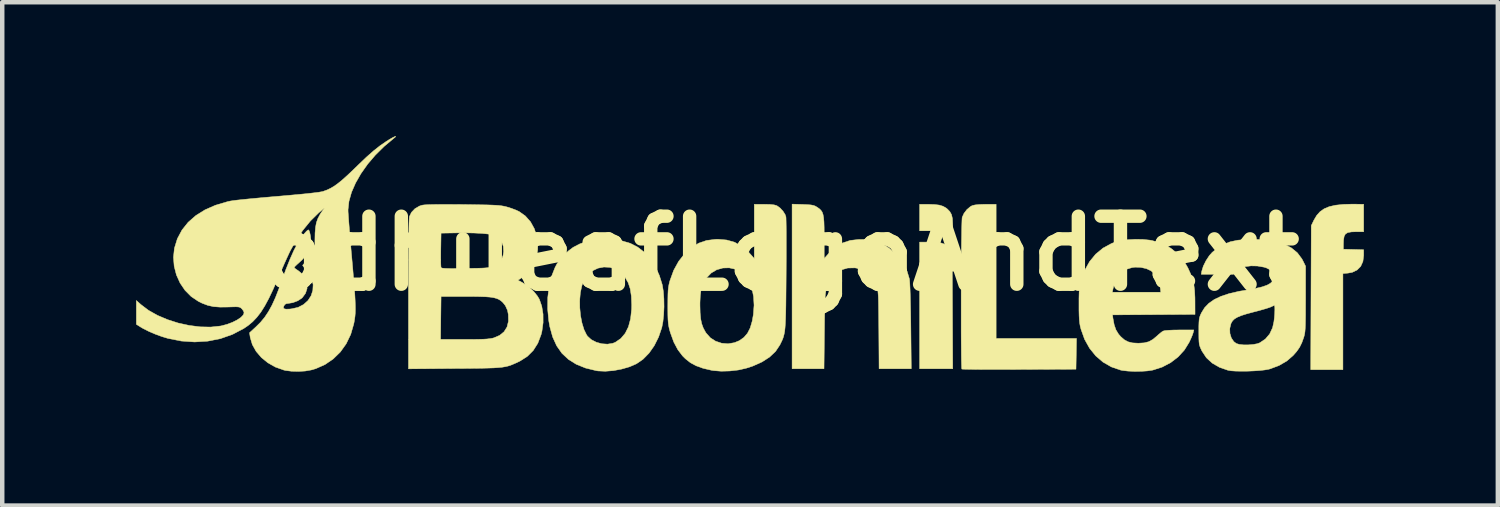
<source format=kicad_pcb>
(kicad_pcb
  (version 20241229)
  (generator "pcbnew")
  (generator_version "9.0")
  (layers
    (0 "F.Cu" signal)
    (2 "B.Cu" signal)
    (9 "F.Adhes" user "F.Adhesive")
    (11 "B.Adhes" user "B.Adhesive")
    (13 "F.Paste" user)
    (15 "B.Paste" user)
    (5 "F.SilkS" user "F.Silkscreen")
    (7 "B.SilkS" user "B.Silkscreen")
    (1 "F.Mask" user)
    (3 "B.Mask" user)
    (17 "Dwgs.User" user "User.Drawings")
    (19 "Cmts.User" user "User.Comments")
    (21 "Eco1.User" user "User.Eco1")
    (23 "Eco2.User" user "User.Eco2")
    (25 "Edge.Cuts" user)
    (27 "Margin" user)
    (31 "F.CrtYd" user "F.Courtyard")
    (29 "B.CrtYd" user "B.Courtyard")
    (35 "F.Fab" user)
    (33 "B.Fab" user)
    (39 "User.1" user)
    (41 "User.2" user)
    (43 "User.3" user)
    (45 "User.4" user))
  (footprint "bodhileafLogoAndText"
    (layer "F.Cu")
    (at 13.742 2.628)
    (property "Reference" "bodhileafLogoAndText" (at 0 0 0) (layer "F.SilkS") (effects (font (size 1.524 1.524) (thickness 0.3))))
    (attr through_hole)
    (fp_poly (pts (xy 4.185 -0.25) (xy 4.292 -0.235) (xy 4.374 -0.206) (xy 4.438 -0.162) (xy 4.491 -0.101) (xy 4.54 -0.032) (xy 4.546 1.275) (xy 4.552 2.582) (xy 3.81 2.582) (xy 3.81 -0.254) (xy 4.044 -0.254) (xy 4.185 -0.25)) (stroke (width 0.01) (type solid)) (fill yes) (layer "F.SilkS"))
    (fp_poly (pts (xy 4.006 -1.101) (xy 4.146 -1.096) (xy 4.253 -1.083) (xy 4.335 -1.057) (xy 4.403 -1.018) (xy 4.424 -1.002) (xy 4.486 -0.939) (xy 4.525 -0.869) (xy 4.545 -0.781) (xy 4.551 -0.668) (xy 4.551 -0.508) (xy 3.81 -0.508) (xy 3.81 -1.101) (xy 4.006 -1.101)) (stroke (width 0.01) (type solid)) (fill yes) (layer "F.SilkS"))
    (fp_poly (pts (xy 13.594 -1.104) (xy 13.758 -1.101) (xy 13.758 -0.487) (xy 13.601 -0.487) (xy 13.484 -0.483) (xy 13.402 -0.468) (xy 13.349 -0.436) (xy 13.32 -0.381) (xy 13.307 -0.297) (xy 13.304 -0.212) (xy 13.303 -0.095) (xy 13.531 -0.089) (xy 13.758 -0.083) (xy 13.758 0.045) (xy 13.741 0.18) (xy 13.691 0.29) (xy 13.61 0.371) (xy 13.502 0.423) (xy 13.408 0.44) (xy 13.293 0.45) (xy 13.293 2.603) (xy 12.572 2.603) (xy 12.578 0.99) (xy 12.584 -0.624) (xy 12.643 -0.746) (xy 12.705 -0.851) (xy 12.781 -0.936) (xy 12.873 -1.001) (xy 12.988 -1.049) (xy 13.129 -1.081) (xy 13.3 -1.099) (xy 13.506 -1.105) (xy 13.594 -1.104)) (stroke (width 0.01) (type solid)) (fill yes) (layer "F.SilkS"))
    (fp_poly (pts (xy 5.524 1.905) (xy 7.325 1.905) (xy 7.319 2.249) (xy 7.313 2.593) (xy 6.041 2.598) (xy 5.813 2.599) (xy 5.598 2.599) (xy 5.399 2.599) (xy 5.22 2.599) (xy 5.064 2.597) (xy 4.937 2.596) (xy 4.84 2.594) (xy 4.779 2.592) (xy 4.756 2.59) (xy 4.752 2.566) (xy 4.75 2.503) (xy 4.747 2.406) (xy 4.745 2.279) (xy 4.744 2.125) (xy 4.742 1.947) (xy 4.741 1.751) (xy 4.741 1.54) (xy 4.741 1.318) (xy 4.741 1.089) (xy 4.741 0.856) (xy 4.742 0.623) (xy 4.743 0.396) (xy 4.745 0.176) (xy 4.746 -0.031) (xy 4.748 -0.222) (xy 4.751 -0.393) (xy 4.753 -0.54) (xy 4.756 -0.659) (xy 4.759 -0.747) (xy 4.762 -0.799) (xy 4.764 -0.81) (xy 4.804 -0.898) (xy 4.869 -0.983) (xy 4.947 -1.049) (xy 4.989 -1.072) (xy 5.051 -1.087) (xy 5.15 -1.097) (xy 5.278 -1.101) (xy 5.291 -1.101) (xy 5.524 -1.101) (xy 5.524 1.905)) (stroke (width 0.01) (type solid)) (fill yes) (layer "F.SilkS"))
    (fp_poly (pts (xy 1.192 -1.098) (xy 1.299 -1.093) (xy 1.375 -1.087) (xy 1.428 -1.077) (xy 1.47 -1.062) (xy 1.511 -1.038) (xy 1.517 -1.034) (xy 1.564 -1.001) (xy 1.6 -0.966) (xy 1.627 -0.926) (xy 1.646 -0.873) (xy 1.659 -0.802) (xy 1.667 -0.708) (xy 1.671 -0.584) (xy 1.672 -0.426) (xy 1.672 -0.358) (xy 1.672 0.113) (xy 1.787 -0.014) (xy 1.927 -0.143) (xy 2.083 -0.235) (xy 2.256 -0.292) (xy 2.452 -0.314) (xy 2.569 -0.312) (xy 2.749 -0.291) (xy 2.904 -0.246) (xy 3.048 -0.172) (xy 3.139 -0.109) (xy 3.305 0.04) (xy 3.434 0.208) (xy 3.529 0.398) (xy 3.581 0.571) (xy 3.586 0.614) (xy 3.591 0.694) (xy 3.596 0.809) (xy 3.601 0.953) (xy 3.605 1.123) (xy 3.609 1.314) (xy 3.612 1.523) (xy 3.613 1.625) (xy 3.623 2.582) (xy 2.902 2.582) (xy 2.896 1.709) (xy 2.894 1.494) (xy 2.892 1.316) (xy 2.89 1.172) (xy 2.888 1.057) (xy 2.885 0.968) (xy 2.88 0.898) (xy 2.875 0.846) (xy 2.869 0.805) (xy 2.86 0.772) (xy 2.85 0.741) (xy 2.841 0.718) (xy 2.762 0.569) (xy 2.66 0.453) (xy 2.537 0.372) (xy 2.394 0.328) (xy 2.359 0.323) (xy 2.2 0.326) (xy 2.058 0.367) (xy 1.935 0.444) (xy 1.833 0.557) (xy 1.754 0.704) (xy 1.732 0.762) (xy 1.721 0.799) (xy 1.711 0.836) (xy 1.704 0.878) (xy 1.697 0.929) (xy 1.692 0.995) (xy 1.688 1.079) (xy 1.685 1.186) (xy 1.683 1.32) (xy 1.68 1.487) (xy 1.678 1.691) (xy 1.677 1.741) (xy 1.668 2.582) (xy 0.953 2.582) (xy 0.953 -1.105) (xy 1.192 -1.098)) (stroke (width 0.01) (type solid)) (fill yes) (layer "F.SilkS"))
    (fp_poly (pts (xy -3.063 -0.309) (xy -2.854 -0.281) (xy -2.67 -0.226) (xy -2.506 -0.142) (xy -2.357 -0.027) (xy -2.314 0.014) (xy -2.204 0.147) (xy -2.104 0.31) (xy -2.021 0.492) (xy -1.961 0.683) (xy -1.954 0.709) (xy -1.931 0.85) (xy -1.919 1.016) (xy -1.916 1.195) (xy -1.924 1.372) (xy -1.941 1.534) (xy -1.966 1.662) (xy -2.038 1.873) (xy -2.134 2.065) (xy -2.251 2.232) (xy -2.386 2.37) (xy -2.533 2.471) (xy -2.534 2.472) (xy -2.688 2.539) (xy -2.865 2.59) (xy -3.05 2.625) (xy -3.231 2.639) (xy -3.394 2.632) (xy -3.433 2.626) (xy -3.674 2.567) (xy -3.882 2.483) (xy -4.058 2.373) (xy -4.204 2.236) (xy -4.321 2.069) (xy -4.411 1.871) (xy -4.475 1.64) (xy -4.498 1.509) (xy -4.523 1.248) (xy -4.521 1.043) (xy -3.805 1.043) (xy -3.803 1.219) (xy -3.786 1.394) (xy -3.754 1.559) (xy -3.709 1.705) (xy -3.652 1.822) (xy -3.631 1.853) (xy -3.547 1.93) (xy -3.437 1.988) (xy -3.312 2.023) (xy -3.183 2.032) (xy -3.064 2.013) (xy -3.009 1.991) (xy -2.884 1.906) (xy -2.786 1.79) (xy -2.713 1.643) (xy -2.665 1.463) (xy -2.642 1.25) (xy -2.64 1.154) (xy -2.648 0.957) (xy -2.673 0.793) (xy -2.719 0.655) (xy -2.787 0.537) (xy -2.881 0.433) (xy -2.895 0.42) (xy -3.002 0.35) (xy -3.129 0.311) (xy -3.263 0.304) (xy -3.396 0.33) (xy -3.517 0.388) (xy -3.607 0.468) (xy -3.687 0.574) (xy -3.746 0.692) (xy -3.757 0.726) (xy -3.79 0.875) (xy -3.805 1.043) (xy -4.521 1.043) (xy -4.521 0.991) (xy -4.491 0.745) (xy -4.437 0.516) (xy -4.357 0.313) (xy -4.313 0.23) (xy -4.245 0.136) (xy -4.155 0.035) (xy -4.056 -0.058) (xy -3.961 -0.13) (xy -3.942 -0.142) (xy -3.808 -0.212) (xy -3.675 -0.261) (xy -3.532 -0.292) (xy -3.364 -0.309) (xy -3.302 -0.312) (xy -3.063 -0.309)) (stroke (width 0.01) (type solid)) (fill yes) (layer "F.SilkS"))
    (fp_poly (pts (xy 8.812 -0.314) (xy 8.969 -0.298) (xy 9.026 -0.287) (xy 9.244 -0.219) (xy 9.436 -0.118) (xy 9.6 0.014) (xy 9.736 0.177) (xy 9.819 0.321) (xy 9.88 0.455) (xy 9.924 0.576) (xy 9.953 0.697) (xy 9.97 0.829) (xy 9.978 0.986) (xy 9.979 1.069) (xy 9.98 1.365) (xy 8.131 1.376) (xy 8.142 1.455) (xy 8.169 1.599) (xy 8.208 1.711) (xy 8.265 1.805) (xy 8.314 1.862) (xy 8.396 1.934) (xy 8.48 1.979) (xy 8.581 2.004) (xy 8.709 2.011) (xy 8.71 2.011) (xy 8.84 2.003) (xy 8.944 1.977) (xy 9.035 1.926) (xy 9.11 1.864) (xy 9.172 1.809) (xy 9.228 1.763) (xy 9.264 1.739) (xy 9.306 1.728) (xy 9.385 1.721) (xy 9.497 1.716) (xy 9.632 1.714) (xy 9.953 1.714) (xy 9.939 1.773) (xy 9.924 1.819) (xy 9.895 1.89) (xy 9.858 1.971) (xy 9.849 1.99) (xy 9.742 2.163) (xy 9.602 2.317) (xy 9.435 2.445) (xy 9.245 2.545) (xy 9.04 2.611) (xy 9.024 2.615) (xy 8.907 2.632) (xy 8.767 2.641) (xy 8.618 2.642) (xy 8.475 2.635) (xy 8.353 2.621) (xy 8.31 2.612) (xy 8.104 2.541) (xy 7.918 2.434) (xy 7.755 2.294) (xy 7.617 2.123) (xy 7.506 1.924) (xy 7.426 1.7) (xy 7.408 1.631) (xy 7.396 1.563) (xy 7.388 1.487) (xy 7.383 1.394) (xy 7.38 1.275) (xy 7.38 1.154) (xy 7.38 1.008) (xy 7.383 0.895) (xy 7.384 0.868) (xy 8.127 0.868) (xy 9.213 0.868) (xy 9.201 0.761) (xy 9.174 0.651) (xy 9.125 0.542) (xy 9.061 0.449) (xy 8.995 0.389) (xy 8.891 0.34) (xy 8.766 0.312) (xy 8.639 0.307) (xy 8.57 0.316) (xy 8.438 0.356) (xy 8.335 0.417) (xy 8.255 0.503) (xy 8.194 0.619) (xy 8.148 0.77) (xy 8.139 0.81) (xy 8.127 0.868) (xy 7.384 0.868) (xy 7.388 0.807) (xy 7.397 0.735) (xy 7.409 0.669) (xy 7.424 0.611) (xy 7.506 0.382) (xy 7.617 0.183) (xy 7.755 0.015) (xy 7.92 -0.121) (xy 8.11 -0.224) (xy 8.176 -0.249) (xy 8.308 -0.284) (xy 8.468 -0.307) (xy 8.64 -0.317) (xy 8.812 -0.314)) (stroke (width 0.01) (type solid)) (fill yes) (layer "F.SilkS"))
    (fp_poly (pts (xy 0.459 -1.098) (xy 0.552 -1.088) (xy 0.609 -1.071) (xy 0.612 -1.07) (xy 0.683 -1.019) (xy 0.749 -0.948) (xy 0.797 -0.872) (xy 0.815 -0.821) (xy 0.817 -0.787) (xy 0.819 -0.715) (xy 0.821 -0.609) (xy 0.822 -0.473) (xy 0.822 -0.31) (xy 0.822 -0.125) (xy 0.822 0.078) (xy 0.821 0.295) (xy 0.82 0.466) (xy 0.818 0.735) (xy 0.816 0.965) (xy 0.814 1.16) (xy 0.811 1.325) (xy 0.807 1.461) (xy 0.802 1.574) (xy 0.795 1.667) (xy 0.787 1.743) (xy 0.775 1.806) (xy 0.761 1.861) (xy 0.745 1.91) (xy 0.724 1.958) (xy 0.7 2.007) (xy 0.678 2.052) (xy 0.583 2.194) (xy 0.45 2.32) (xy 0.28 2.43) (xy 0.075 2.522) (xy -0.078 2.572) (xy -0.253 2.611) (xy -0.444 2.633) (xy -0.635 2.638) (xy -0.809 2.624) (xy -0.857 2.616) (xy -1.043 2.572) (xy -1.196 2.517) (xy -1.324 2.448) (xy -1.436 2.36) (xy -1.502 2.294) (xy -1.608 2.154) (xy -1.697 1.986) (xy -1.771 1.782) (xy -1.782 1.746) (xy -1.8 1.681) (xy -1.812 1.62) (xy -1.821 1.555) (xy -1.827 1.477) (xy -1.83 1.377) (xy -1.831 1.247) (xy -1.831 1.175) (xy -1.831 1.164) (xy -1.111 1.164) (xy -1.107 1.33) (xy -1.095 1.464) (xy -1.072 1.574) (xy -1.037 1.67) (xy -0.987 1.762) (xy -0.973 1.783) (xy -0.878 1.89) (xy -0.76 1.966) (xy -0.625 2.011) (xy -0.482 2.023) (xy -0.339 1.999) (xy -0.229 1.954) (xy -0.127 1.882) (xy -0.046 1.788) (xy 0.015 1.668) (xy 0.06 1.515) (xy 0.086 1.365) (xy 0.101 1.16) (xy 0.09 0.967) (xy 0.055 0.792) (xy -0.002 0.64) (xy -0.081 0.515) (xy -0.177 0.425) (xy -0.313 0.355) (xy -0.456 0.322) (xy -0.599 0.326) (xy -0.736 0.365) (xy -0.859 0.438) (xy -0.961 0.545) (xy -0.963 0.546) (xy -1.02 0.635) (xy -1.061 0.726) (xy -1.089 0.828) (xy -1.104 0.95) (xy -1.111 1.101) (xy -1.111 1.164) (xy -1.831 1.164) (xy -1.83 1.028) (xy -1.828 0.914) (xy -1.824 0.827) (xy -1.816 0.756) (xy -1.805 0.694) (xy -1.79 0.632) (xy -1.783 0.608) (xy -1.699 0.377) (xy -1.588 0.176) (xy -1.451 0.004) (xy -1.299 -0.133) (xy -1.138 -0.231) (xy -0.963 -0.291) (xy -0.767 -0.316) (xy -0.709 -0.318) (xy -0.511 -0.301) (xy -0.335 -0.251) (xy -0.178 -0.165) (xy -0.033 -0.04) (xy 0.001 -0.004) (xy 0.106 0.114) (xy 0.106 -1.101) (xy 0.329 -1.101) (xy 0.459 -1.098)) (stroke (width 0.01) (type solid)) (fill yes) (layer "F.SilkS"))
    (fp_poly (pts (xy 11.542 -0.306) (xy 11.774 -0.27) (xy 11.973 -0.21) (xy 12.138 -0.125) (xy 12.272 -0.015) (xy 12.373 0.12) (xy 12.398 0.166) (xy 12.457 0.286) (xy 12.457 1.016) (xy 12.456 1.215) (xy 12.456 1.377) (xy 12.454 1.507) (xy 12.452 1.609) (xy 12.448 1.688) (xy 12.443 1.75) (xy 12.436 1.799) (xy 12.427 1.84) (xy 12.418 1.873) (xy 12.373 1.999) (xy 12.323 2.101) (xy 12.256 2.197) (xy 12.18 2.284) (xy 12.038 2.408) (xy 11.865 2.509) (xy 11.667 2.584) (xy 11.631 2.594) (xy 11.547 2.609) (xy 11.434 2.622) (xy 11.302 2.631) (xy 11.161 2.637) (xy 11.022 2.638) (xy 10.895 2.636) (xy 10.789 2.629) (xy 10.718 2.617) (xy 10.526 2.55) (xy 10.364 2.456) (xy 10.234 2.336) (xy 10.138 2.191) (xy 10.134 2.185) (xy 10.107 2.127) (xy 10.088 2.08) (xy 10.075 2.033) (xy 10.069 1.976) (xy 10.066 1.9) (xy 10.065 1.796) (xy 10.065 1.747) (xy 10.065 1.682) (xy 10.758 1.682) (xy 10.762 1.792) (xy 10.793 1.893) (xy 10.849 1.975) (xy 10.906 2.018) (xy 10.973 2.038) (xy 11.067 2.048) (xy 11.175 2.048) (xy 11.282 2.039) (xy 11.376 2.022) (xy 11.43 2.002) (xy 11.557 1.916) (xy 11.652 1.804) (xy 11.717 1.665) (xy 11.747 1.53) (xy 11.758 1.44) (xy 11.765 1.349) (xy 11.768 1.267) (xy 11.767 1.204) (xy 11.761 1.168) (xy 11.757 1.164) (xy 11.732 1.173) (xy 11.687 1.194) (xy 11.684 1.196) (xy 11.642 1.212) (xy 11.568 1.236) (xy 11.47 1.264) (xy 11.358 1.295) (xy 11.295 1.311) (xy 11.138 1.353) (xy 11.018 1.391) (xy 10.929 1.428) (xy 10.864 1.467) (xy 10.82 1.51) (xy 10.79 1.561) (xy 10.785 1.572) (xy 10.758 1.682) (xy 10.065 1.682) (xy 10.065 1.627) (xy 10.068 1.541) (xy 10.073 1.477) (xy 10.083 1.428) (xy 10.099 1.384) (xy 10.122 1.334) (xy 10.124 1.33) (xy 10.195 1.215) (xy 10.29 1.116) (xy 10.411 1.032) (xy 10.562 0.96) (xy 10.746 0.899) (xy 10.967 0.848) (xy 11.141 0.818) (xy 11.327 0.785) (xy 11.474 0.751) (xy 11.585 0.714) (xy 11.665 0.671) (xy 11.716 0.622) (xy 11.742 0.564) (xy 11.748 0.515) (xy 11.728 0.434) (xy 11.671 0.37) (xy 11.575 0.322) (xy 11.526 0.307) (xy 11.378 0.281) (xy 11.234 0.278) (xy 11.102 0.295) (xy 10.991 0.332) (xy 10.908 0.387) (xy 10.893 0.403) (xy 10.84 0.466) (xy 10.119 0.466) (xy 10.131 0.397) (xy 10.166 0.283) (xy 10.226 0.162) (xy 10.3 0.049) (xy 10.366 -0.025) (xy 10.492 -0.128) (xy 10.624 -0.206) (xy 10.771 -0.262) (xy 10.939 -0.297) (xy 11.135 -0.315) (xy 11.276 -0.318) (xy 11.542 -0.306)) (stroke (width 0.01) (type solid)) (fill yes) (layer "F.SilkS"))
    (fp_poly (pts (xy -6.514 -1.097) (xy -6.413 -1.096) (xy -6.203 -1.093) (xy -6.03 -1.09) (xy -5.89 -1.088) (xy -5.778 -1.084) (xy -5.689 -1.08) (xy -5.618 -1.075) (xy -5.561 -1.068) (xy -5.512 -1.06) (xy -5.467 -1.05) (xy -5.433 -1.041) (xy -5.337 -1.011) (xy -5.241 -0.975) (xy -5.165 -0.94) (xy -5.162 -0.939) (xy -5.022 -0.839) (xy -4.907 -0.709) (xy -4.821 -0.553) (xy -4.766 -0.378) (xy -4.744 -0.187) (xy -4.747 -0.078) (xy -4.778 0.112) (xy -4.842 0.274) (xy -4.939 0.411) (xy -5.068 0.521) (xy -5.081 0.53) (xy -5.188 0.599) (xy -5.076 0.66) (xy -4.955 0.741) (xy -4.842 0.843) (xy -4.752 0.955) (xy -4.709 1.027) (xy -4.655 1.182) (xy -4.626 1.36) (xy -4.625 1.55) (xy -4.651 1.742) (xy -4.67 1.819) (xy -4.743 2.011) (xy -4.846 2.174) (xy -4.98 2.307) (xy -5.145 2.412) (xy -5.17 2.424) (xy -5.238 2.456) (xy -5.298 2.482) (xy -5.354 2.505) (xy -5.412 2.523) (xy -5.474 2.537) (xy -5.546 2.549) (xy -5.632 2.557) (xy -5.735 2.564) (xy -5.86 2.568) (xy -6.012 2.572) (xy -6.194 2.574) (xy -6.411 2.576) (xy -6.609 2.577) (xy -7.641 2.585) (xy -7.641 1.926) (xy -6.922 1.926) (xy -6.389 1.926) (xy -6.213 1.926) (xy -6.073 1.924) (xy -5.964 1.921) (xy -5.88 1.916) (xy -5.813 1.908) (xy -5.76 1.899) (xy -5.729 1.891) (xy -5.598 1.835) (xy -5.499 1.753) (xy -5.433 1.647) (xy -5.401 1.518) (xy -5.404 1.369) (xy -5.422 1.276) (xy -5.47 1.169) (xy -5.525 1.1) (xy -5.567 1.062) (xy -5.611 1.032) (xy -5.664 1.009) (xy -5.729 0.991) (xy -5.813 0.978) (xy -5.92 0.97) (xy -6.056 0.966) (xy -6.225 0.963) (xy -6.371 0.963) (xy -6.911 0.963) (xy -6.917 1.445) (xy -6.922 1.926) (xy -7.641 1.926) (xy -7.641 0.917) (xy -7.641 0.593) (xy -7.64 0.299) (xy -7.639 0.037) (xy -6.918 0.037) (xy -6.918 0.146) (xy -6.917 0.233) (xy -6.914 0.292) (xy -6.911 0.314) (xy -6.901 0.323) (xy -6.876 0.33) (xy -6.831 0.334) (xy -6.762 0.337) (xy -6.665 0.338) (xy -6.534 0.337) (xy -6.366 0.335) (xy -6.202 0.333) (xy -6.074 0.331) (xy -5.977 0.328) (xy -5.904 0.323) (xy -5.85 0.317) (xy -5.808 0.309) (xy -5.773 0.298) (xy -5.739 0.283) (xy -5.715 0.271) (xy -5.619 0.211) (xy -5.557 0.139) (xy -5.522 0.044) (xy -5.51 -0.039) (xy -5.517 -0.159) (xy -5.554 -0.266) (xy -5.618 -0.351) (xy -5.667 -0.388) (xy -5.737 -0.413) (xy -5.845 -0.434) (xy -5.99 -0.449) (xy -6.169 -0.458) (xy -6.377 -0.462) (xy -6.54 -0.461) (xy -6.911 -0.455) (xy -6.917 -0.085) (xy -6.918 0.037) (xy -7.639 0.037) (xy -7.639 0.035) (xy -7.637 -0.198) (xy -7.634 -0.396) (xy -7.632 -0.56) (xy -7.629 -0.686) (xy -7.625 -0.774) (xy -7.621 -0.821) (xy -7.62 -0.827) (xy -7.574 -0.921) (xy -7.496 -1.003) (xy -7.397 -1.061) (xy -7.337 -1.081) (xy -7.286 -1.088) (xy -7.203 -1.093) (xy -7.086 -1.096) (xy -6.934 -1.098) (xy -6.744 -1.098) (xy -6.514 -1.097)) (stroke (width 0.01) (type solid)) (fill yes) (layer "F.SilkS"))
    (fp_poly (pts (xy -7.934 -2.61) (xy -7.972 -2.578) (xy -8.187 -2.398) (xy -8.383 -2.204) (xy -8.557 -2) (xy -8.705 -1.79) (xy -8.826 -1.579) (xy -8.917 -1.371) (xy -8.974 -1.17) (xy -8.995 -0.982) (xy -8.995 -0.974) (xy -8.994 -0.928) (xy -8.988 -0.846) (xy -8.98 -0.731) (xy -8.969 -0.589) (xy -8.956 -0.424) (xy -8.94 -0.242) (xy -8.924 -0.047) (xy -8.911 0.095) (xy -8.888 0.354) (xy -8.87 0.575) (xy -8.855 0.762) (xy -8.843 0.919) (xy -8.836 1.051) (xy -8.832 1.162) (xy -8.831 1.255) (xy -8.833 1.335) (xy -8.839 1.407) (xy -8.848 1.473) (xy -8.859 1.54) (xy -8.868 1.583) (xy -8.935 1.814) (xy -9.036 2.023) (xy -9.167 2.207) (xy -9.327 2.363) (xy -9.511 2.489) (xy -9.718 2.581) (xy -9.823 2.611) (xy -9.954 2.634) (xy -10.105 2.643) (xy -10.257 2.639) (xy -10.393 2.622) (xy -10.435 2.612) (xy -10.623 2.545) (xy -10.791 2.45) (xy -10.937 2.331) (xy -11.054 2.194) (xy -11.139 2.042) (xy -11.187 1.88) (xy -11.188 1.869) (xy -11.202 1.777) (xy -11.061 1.647) (xy -10.956 1.543) (xy -10.863 1.431) (xy -10.779 1.305) (xy -10.699 1.16) (xy -10.621 0.989) (xy -10.542 0.786) (xy -10.488 0.635) (xy -10.39 0.366) (xy -10.297 0.133) (xy -10.21 -0.063) (xy -10.129 -0.219) (xy -10.092 -0.281) (xy -10.032 -0.37) (xy -9.974 -0.445) (xy -9.925 -0.499) (xy -9.89 -0.527) (xy -9.883 -0.529) (xy -9.867 -0.51) (xy -9.851 -0.46) (xy -9.837 -0.391) (xy -9.829 -0.314) (xy -9.826 -0.242) (xy -9.829 -0.207) (xy -9.86 -0.084) (xy -9.926 0.033) (xy -10.03 0.149) (xy -10.075 0.19) (xy -10.134 0.243) (xy -10.179 0.286) (xy -10.201 0.312) (xy -10.202 0.315) (xy -10.186 0.333) (xy -10.144 0.364) (xy -10.117 0.381) (xy -10.016 0.464) (xy -9.948 0.564) (xy -9.913 0.674) (xy -9.913 0.786) (xy -9.948 0.894) (xy -10.02 0.991) (xy -10.032 1.002) (xy -10.12 1.06) (xy -10.231 1.102) (xy -10.346 1.121) (xy -10.369 1.122) (xy -10.405 1.139) (xy -10.432 1.175) (xy -10.443 1.215) (xy -10.429 1.238) (xy -10.386 1.248) (xy -10.308 1.246) (xy -10.262 1.241) (xy -10.114 1.208) (xy -9.991 1.144) (xy -9.893 1.056) (xy -9.823 0.948) (xy -9.784 0.828) (xy -9.777 0.7) (xy -9.806 0.57) (xy -9.872 0.443) (xy -9.921 0.381) (xy -9.968 0.327) (xy -10 0.286) (xy -10.012 0.267) (xy -9.998 0.247) (xy -9.96 0.206) (xy -9.905 0.15) (xy -9.874 0.12) (xy -9.737 -0.013) (xy -9.737 -0.299) (xy -9.734 -0.459) (xy -9.723 -0.586) (xy -9.704 -0.69) (xy -9.672 -0.78) (xy -9.627 -0.866) (xy -9.599 -0.911) (xy -9.525 -1.02) (xy -9.656 -0.907) (xy -9.838 -0.728) (xy -10.012 -0.514) (xy -10.172 -0.272) (xy -10.288 -0.063) (xy -10.323 0.01) (xy -10.371 0.114) (xy -10.427 0.239) (xy -10.488 0.378) (xy -10.55 0.521) (xy -10.573 0.575) (xy -10.676 0.81) (xy -10.771 1.009) (xy -10.861 1.176) (xy -10.949 1.316) (xy -11.039 1.432) (xy -11.132 1.53) (xy -11.234 1.615) (xy -11.331 1.681) (xy -11.585 1.814) (xy -11.855 1.909) (xy -12.139 1.965) (xy -12.432 1.983) (xy -12.733 1.962) (xy -13.029 1.903) (xy -13.168 1.861) (xy -13.318 1.806) (xy -13.462 1.744) (xy -13.587 1.681) (xy -13.641 1.649) (xy -13.737 1.588) (xy -13.737 1.054) (xy -13.634 1.146) (xy -13.465 1.274) (xy -13.264 1.387) (xy -13.04 1.482) (xy -12.8 1.559) (xy -12.553 1.613) (xy -12.308 1.644) (xy -12.072 1.649) (xy -11.855 1.626) (xy -11.825 1.62) (xy -11.699 1.586) (xy -11.581 1.541) (xy -11.478 1.489) (xy -11.396 1.434) (xy -11.343 1.379) (xy -11.324 1.331) (xy -11.338 1.287) (xy -11.373 1.24) (xy -11.374 1.239) (xy -11.397 1.219) (xy -11.421 1.205) (xy -11.455 1.198) (xy -11.507 1.195) (xy -11.586 1.197) (xy -11.686 1.2) (xy -11.861 1.202) (xy -12.007 1.191) (xy -12.136 1.163) (xy -12.261 1.116) (xy -12.35 1.072) (xy -12.51 0.964) (xy -12.647 0.826) (xy -12.758 0.662) (xy -12.84 0.48) (xy -12.89 0.286) (xy -12.906 0.086) (xy -12.885 -0.113) (xy -12.884 -0.119) (xy -12.818 -0.332) (xy -12.715 -0.525) (xy -12.577 -0.698) (xy -12.405 -0.849) (xy -12.2 -0.977) (xy -11.964 -1.081) (xy -11.699 -1.159) (xy -11.632 -1.174) (xy -11.578 -1.182) (xy -11.488 -1.194) (xy -11.365 -1.207) (xy -11.217 -1.222) (xy -11.048 -1.238) (xy -10.863 -1.255) (xy -10.667 -1.272) (xy -10.571 -1.28) (xy -10.321 -1.302) (xy -10.102 -1.322) (xy -9.916 -1.34) (xy -9.766 -1.357) (xy -9.653 -1.371) (xy -9.579 -1.384) (xy -9.557 -1.389) (xy -9.472 -1.42) (xy -9.39 -1.458) (xy -9.308 -1.506) (xy -9.22 -1.569) (xy -9.121 -1.65) (xy -9.007 -1.752) (xy -8.872 -1.88) (xy -8.763 -1.986) (xy -8.584 -2.157) (xy -8.423 -2.299) (xy -8.275 -2.416) (xy -8.132 -2.514) (xy -8.076 -2.549) (xy -8.002 -2.592) (xy -7.951 -2.617) (xy -7.928 -2.623) (xy -7.934 -2.61)) (stroke (width 0.01) (type solid)) (fill yes) (layer "F.SilkS")))
  (gr_rect
    (start -3 -3)
    (end 30.506 8.276)
    (stroke (width 0.1) (type default))
    (fill no)
    (layer "Edge.Cuts")))
</source>
